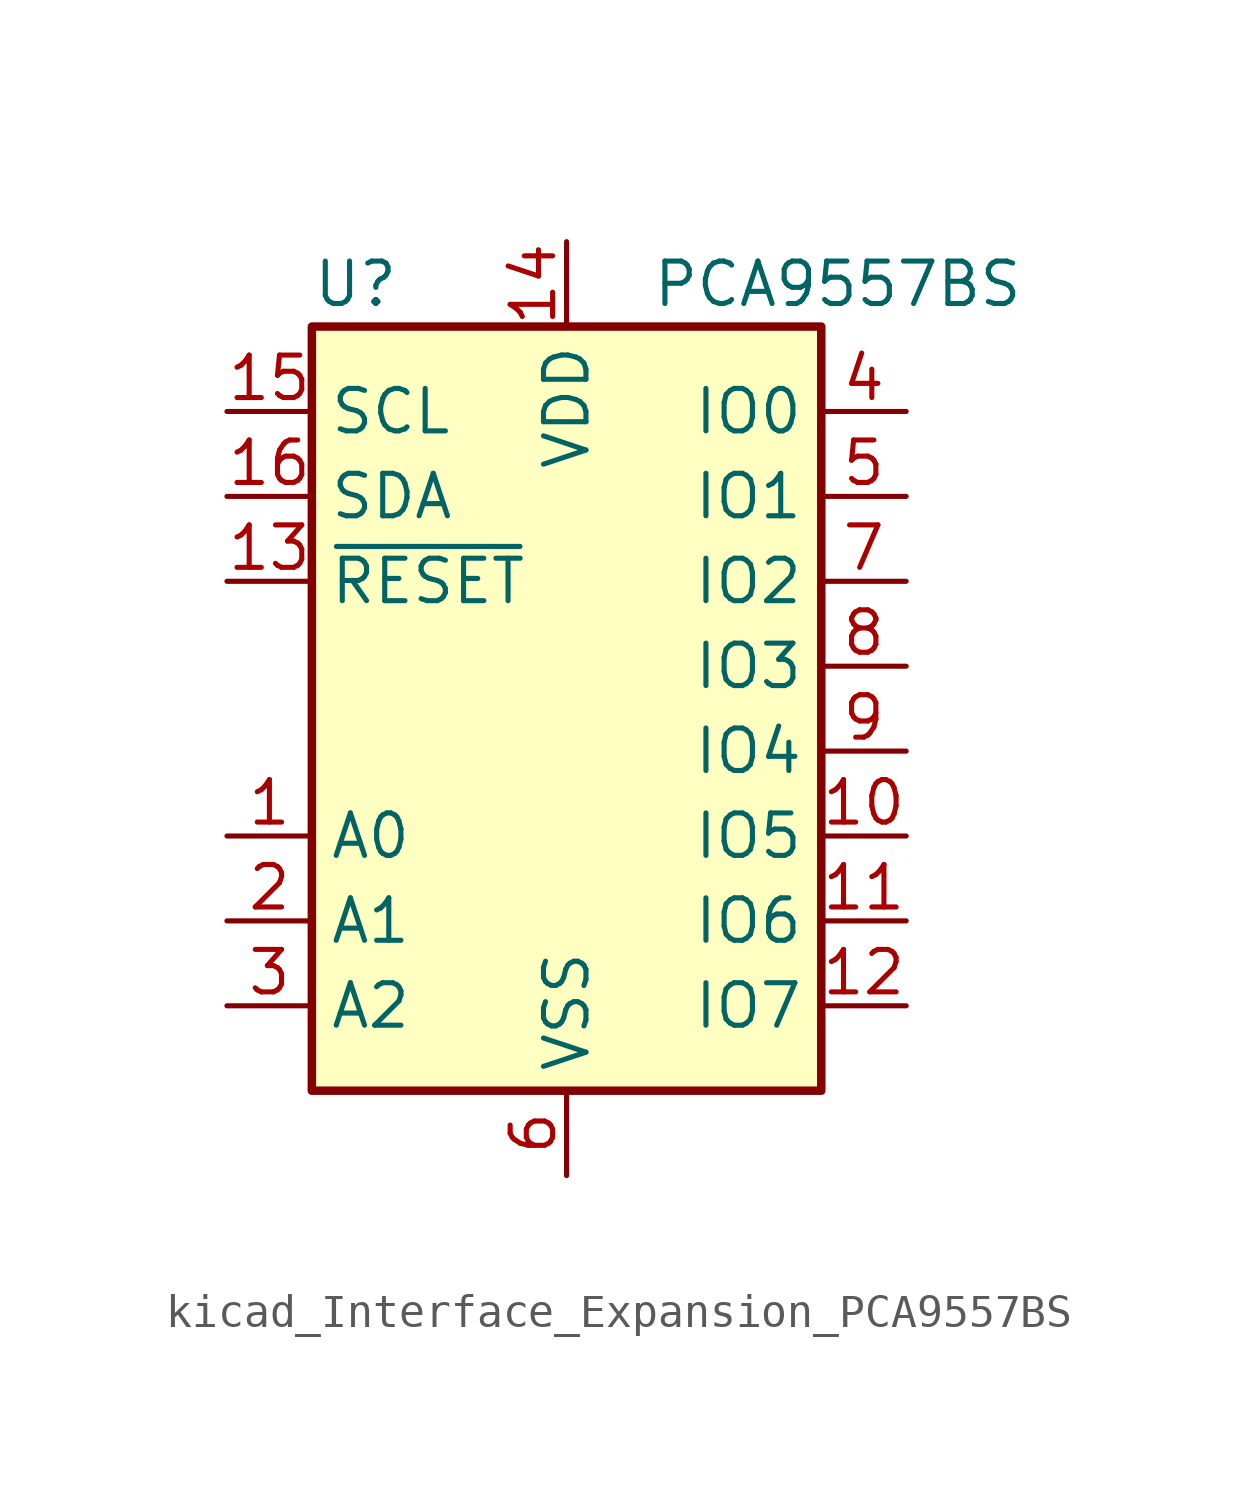
<source format=kicad_sym>
(kicad_symbol_lib
  (version 20220914)
  (generator kicad_symbol_editor)
  (symbol "kicad_Interface_Expansion_PCA9557BS"
    (property "Reference" "U"
      (at -7.62 11.43 0)
      (effects (font (size 1.27 1.27)) (justify left)))
    (property "Value" "PCA9557BS"
      (at 2.54 11.43 0)
      (effects (font (size 1.27 1.27)) (justify left)))
    (symbol "kicad_Interface_Expansion_PCA9557BS_0_1"
      (rectangle (start -7.62 -12.7) (end 7.62 10.16) (stroke (width 0.254) (type default)) (fill (type background))))
    (symbol "kicad_Interface_Expansion_PCA9557BS_1_1"
      (pin input line (at -10.16 -5.08 0) (length 2.54) (name "A0" (effects (font (size 1.27 1.27)))) (number "1" (effects (font (size 1.27 1.27)))))
      (pin bidirectional line (at 10.16 -5.08 180) (length 2.54) (name "IO5" (effects (font (size 1.27 1.27)))) (number "10" (effects (font (size 1.27 1.27)))))
      (pin bidirectional line (at 10.16 -7.62 180) (length 2.54) (name "IO6" (effects (font (size 1.27 1.27)))) (number "11" (effects (font (size 1.27 1.27)))))
      (pin bidirectional line (at 10.16 -10.16 180) (length 2.54) (name "IO7" (effects (font (size 1.27 1.27)))) (number "12" (effects (font (size 1.27 1.27)))))
      (pin input line (at -10.16 2.54 0) (length 2.54) (name "~{RESET}" (effects (font (size 1.27 1.27)))) (number "13" (effects (font (size 1.27 1.27)))))
      (pin power_in line (at 0 12.7 270) (length 2.54) (name "VDD" (effects (font (size 1.27 1.27)))) (number "14" (effects (font (size 1.27 1.27)))))
      (pin input line (at -10.16 7.62 0) (length 2.54) (name "SCL" (effects (font (size 1.27 1.27)))) (number "15" (effects (font (size 1.27 1.27)))))
      (pin bidirectional line (at -10.16 5.08 0) (length 2.54) (name "SDA" (effects (font (size 1.27 1.27)))) (number "16" (effects (font (size 1.27 1.27)))))
      (pin input line (at -10.16 -7.62 0) (length 2.54) (name "A1" (effects (font (size 1.27 1.27)))) (number "2" (effects (font (size 1.27 1.27)))))
      (pin input line (at -10.16 -10.16 0) (length 2.54) (name "A2" (effects (font (size 1.27 1.27)))) (number "3" (effects (font (size 1.27 1.27)))))
      (pin bidirectional line (at 10.16 7.62 180) (length 2.54) (name "IO0" (effects (font (size 1.27 1.27)))) (number "4" (effects (font (size 1.27 1.27)))))
      (pin bidirectional line (at 10.16 5.08 180) (length 2.54) (name "IO1" (effects (font (size 1.27 1.27)))) (number "5" (effects (font (size 1.27 1.27)))))
      (pin power_in line (at 0 -15.24 90) (length 2.54) (name "VSS" (effects (font (size 1.27 1.27)))) (number "6" (effects (font (size 1.27 1.27)))))
      (pin bidirectional line (at 10.16 2.54 180) (length 2.54) (name "IO2" (effects (font (size 1.27 1.27)))) (number "7" (effects (font (size 1.27 1.27)))))
      (pin bidirectional line (at 10.16 0 180) (length 2.54) (name "IO3" (effects (font (size 1.27 1.27)))) (number "8" (effects (font (size 1.27 1.27)))))
      (pin bidirectional line (at 10.16 -2.54 180) (length 2.54) (name "IO4" (effects (font (size 1.27 1.27)))) (number "9" (effects (font (size 1.27 1.27))))))))
</source>
